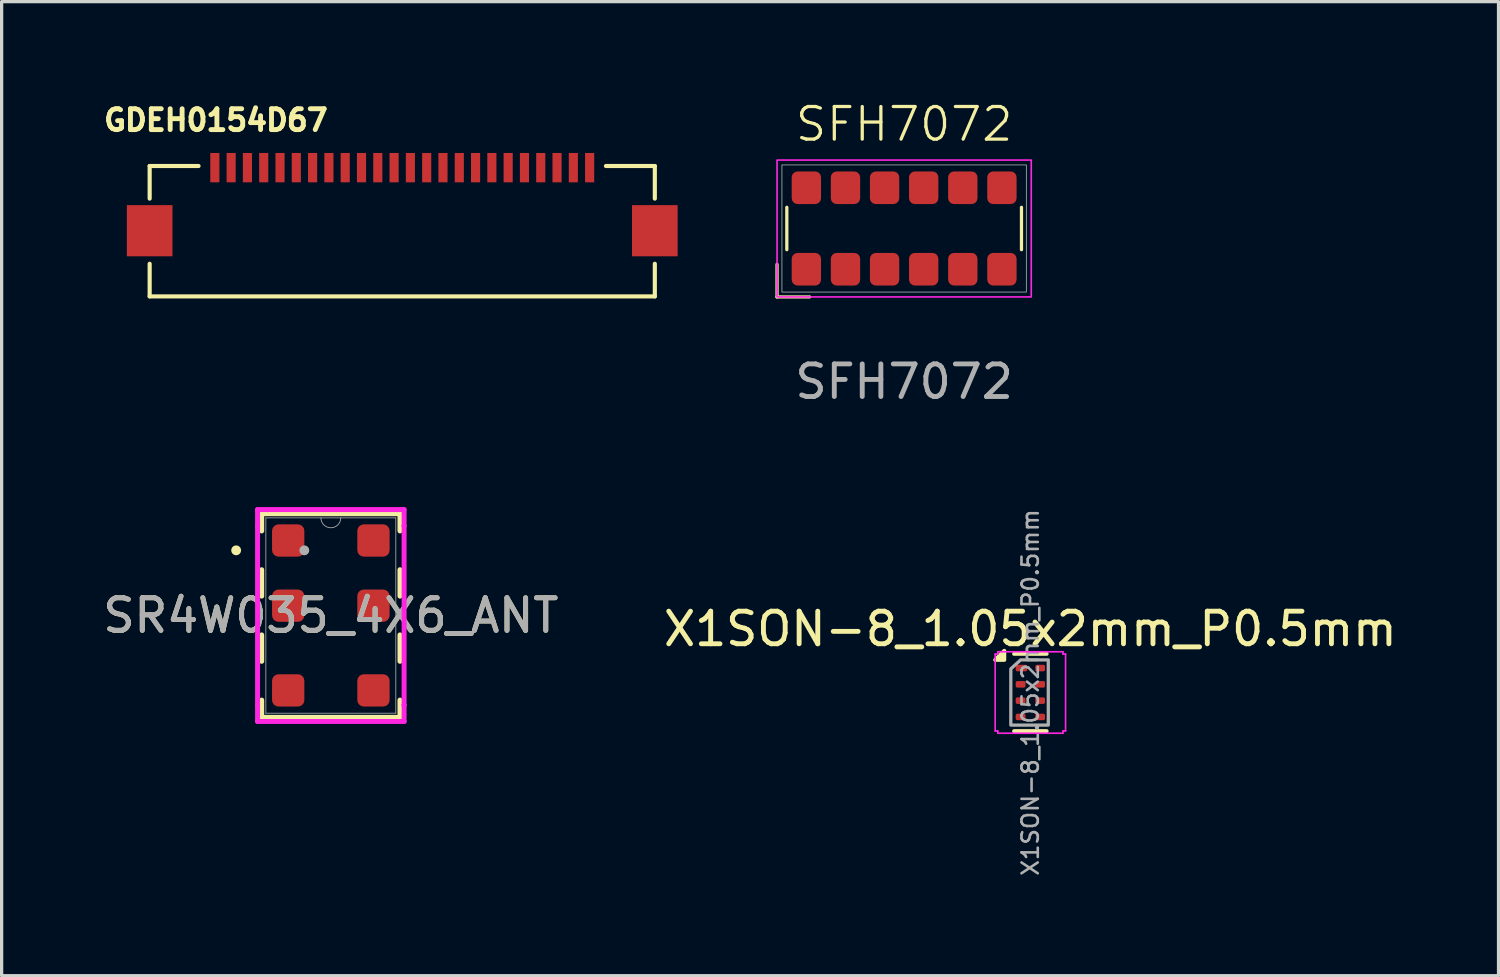
<source format=kicad_pcb>
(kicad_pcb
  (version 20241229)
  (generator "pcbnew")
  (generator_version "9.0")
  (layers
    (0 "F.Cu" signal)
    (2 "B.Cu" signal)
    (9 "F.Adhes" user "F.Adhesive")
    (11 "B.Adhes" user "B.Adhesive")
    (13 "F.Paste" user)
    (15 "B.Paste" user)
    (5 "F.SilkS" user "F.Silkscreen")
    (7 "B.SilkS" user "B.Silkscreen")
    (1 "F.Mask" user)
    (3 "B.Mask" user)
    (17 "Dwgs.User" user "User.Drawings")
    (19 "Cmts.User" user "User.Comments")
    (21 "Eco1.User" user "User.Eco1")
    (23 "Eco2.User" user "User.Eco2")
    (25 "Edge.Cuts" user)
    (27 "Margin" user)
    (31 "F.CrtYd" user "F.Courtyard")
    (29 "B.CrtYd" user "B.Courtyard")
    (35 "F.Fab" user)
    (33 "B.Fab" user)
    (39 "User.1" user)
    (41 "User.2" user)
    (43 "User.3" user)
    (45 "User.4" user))
  (footprint "SR4W035_4X6_ANT"
    (layer "F.Cu")
    (at 7.101 15.836)
    (property "Reference" "SR4W035_4X6_ANT" (at 0 0 0) (unlocked yes) (layer "F.SilkS") (effects (font (size 1 1) (thickness 0.15))))
    (attr smd)
    (fp_line (start -2.121 -3.124) (end -2.121 -2.595) (stroke (width 0.152) (type solid)) (layer "F.SilkS"))
    (fp_line (start -2.121 -1.405) (end -2.121 -0.595) (stroke (width 0.152) (type solid)) (layer "F.SilkS"))
    (fp_line (start -2.121 0.595) (end -2.121 1.405) (stroke (width 0.152) (type solid)) (layer "F.SilkS"))
    (fp_line (start -2.121 2.595) (end -2.121 3.124) (stroke (width 0.152) (type solid)) (layer "F.SilkS"))
    (fp_line (start -2.121 3.124) (end 2.121 3.124) (stroke (width 0.152) (type solid)) (layer "F.SilkS"))
    (fp_line (start 2.121 -3.124) (end -2.121 -3.124) (stroke (width 0.152) (type solid)) (layer "F.SilkS"))
    (fp_line (start 2.121 -2.595) (end 2.121 -3.124) (stroke (width 0.152) (type solid)) (layer "F.SilkS"))
    (fp_line (start 2.121 -0.595) (end 2.121 -1.405) (stroke (width 0.152) (type solid)) (layer "F.SilkS"))
    (fp_line (start 2.121 1.405) (end 2.121 0.595) (stroke (width 0.152) (type solid)) (layer "F.SilkS"))
    (fp_line (start 2.121 3.124) (end 2.121 2.595) (stroke (width 0.152) (type solid)) (layer "F.SilkS"))
    (fp_circle (center -2.905 -2) (end -2.829 -2) (stroke (width 0.152) (type solid)) (fill no) (layer "F.SilkS"))
    (fp_line (start -2.248 -3.251) (end 2.248 -3.251) (stroke (width 0.152) (type solid)) (layer "F.CrtYd"))
    (fp_line (start -2.248 -2.749) (end -2.248 -3.251) (stroke (width 0.152) (type solid)) (layer "F.CrtYd"))
    (fp_line (start -2.248 -2.749) (end -2.248 -2.749) (stroke (width 0.152) (type solid)) (layer "F.CrtYd"))
    (fp_line (start -2.248 2.749) (end -2.248 -2.749) (stroke (width 0.152) (type solid)) (layer "F.CrtYd"))
    (fp_line (start -2.248 2.749) (end -2.248 2.749) (stroke (width 0.152) (type solid)) (layer "F.CrtYd"))
    (fp_line (start -2.248 3.251) (end -2.248 2.749) (stroke (width 0.152) (type solid)) (layer "F.CrtYd"))
    (fp_line (start 2.248 -3.251) (end 2.248 -2.749) (stroke (width 0.152) (type solid)) (layer "F.CrtYd"))
    (fp_line (start 2.248 -2.749) (end 2.248 -2.749) (stroke (width 0.152) (type solid)) (layer "F.CrtYd"))
    (fp_line (start 2.248 -2.749) (end 2.248 2.749) (stroke (width 0.152) (type solid)) (layer "F.CrtYd"))
    (fp_line (start 2.248 2.749) (end 2.248 2.749) (stroke (width 0.152) (type solid)) (layer "F.CrtYd"))
    (fp_line (start 2.248 2.749) (end 2.248 3.251) (stroke (width 0.152) (type solid)) (layer "F.CrtYd"))
    (fp_line (start 2.248 3.251) (end -2.248 3.251) (stroke (width 0.152) (type solid)) (layer "F.CrtYd"))
    (fp_line (start -1.994 -2.997) (end -1.994 2.997) (stroke (width 0.025) (type solid)) (layer "F.Fab"))
    (fp_line (start -1.994 2.997) (end 1.994 2.997) (stroke (width 0.025) (type solid)) (layer "F.Fab"))
    (fp_line (start 1.994 -2.997) (end -1.994 -2.997) (stroke (width 0.025) (type solid)) (layer "F.Fab"))
    (fp_line (start 1.994 2.997) (end 1.994 -2.997) (stroke (width 0.025) (type solid)) (layer "F.Fab"))
    (fp_arc (start 0.3048 -2.9972) (mid 0 -2.6924) (end -0.3048 -2.9972) (stroke (width 0.0254) (type solid)) (layer "F.Fab"))
    (fp_circle (center -0.813 -2) (end -0.813 -2) (stroke (width 0.152) (type solid)) (fill no) (layer "F.Fab"))
    (fp_text user "${REFERENCE}" (at 0 0 0) (unlocked yes) (layer "F.Fab") (effects (font (size 1 1) (thickness 0.15))))
    (pad "1" smd roundrect (at -1.308 -2.302) (size 0.991 0.991) (layers "F.Cu" "F.Mask" "F.Paste") (roundrect_rratio 0.2))
    (pad "2" smd roundrect (at -1.308 -0.302) (size 0.991 0.991) (layers "F.Cu" "F.Mask" "F.Paste") (roundrect_rratio 0.2))
    (pad "3" smd roundrect (at -1.308 2.298) (size 0.991 0.991) (layers "F.Cu" "F.Mask" "F.Paste") (roundrect_rratio 0.2))
    (pad "4" smd roundrect (at 1.308 2.298) (size 0.991 0.991) (layers "F.Cu" "F.Mask" "F.Paste") (roundrect_rratio 0.2))
    (pad "5" smd roundrect (at 1.308 -0.302) (size 0.991 0.991) (layers "F.Cu" "F.Mask" "F.Paste") (roundrect_rratio 0.2))
    (pad "6" smd roundrect (at 1.308 -2.302) (size 0.991 0.991) (layers "F.Cu" "F.Mask" "F.Paste") (roundrect_rratio 0.2)))
  (footprint "GDEH0154D67"
    (layer "F.Cu")
    (at 1.542 6.044)
    (property "Reference" "GDEH0154D67" (at 2.032 -5.406 0) (layer "F.SilkS") (effects (font (size 0.64 0.64) (thickness 0.15))))
    (attr smd)
    (fp_line (start 0 -4) (end 1.5 -4) (stroke (width 0.127) (type solid)) (layer "F.SilkS"))
    (fp_line (start 0 -3) (end 0 -4) (stroke (width 0.127) (type solid)) (layer "F.SilkS"))
    (fp_line (start 0 0) (end 0 -1) (stroke (width 0.127) (type solid)) (layer "F.SilkS"))
    (fp_line (start 15.5 -4) (end 14 -4) (stroke (width 0.127) (type solid)) (layer "F.SilkS"))
    (fp_line (start 15.5 -4) (end 15.5 -3) (stroke (width 0.127) (type solid)) (layer "F.SilkS"))
    (fp_line (start 15.5 0) (end 0 0) (stroke (width 0.127) (type solid)) (layer "F.SilkS"))
    (fp_line (start 15.5 0) (end 15.5 -1) (stroke (width 0.127) (type solid)) (layer "F.SilkS"))
    (pad "BS1" smd rect (at 10 -3.95 270) (size 0.9 0.28) (layers "F.Cu" "F.Mask" "F.Paste"))
    (pad "BUSY" smd rect (at 9.5 -3.95 270) (size 0.9 0.28) (layers "F.Cu" "F.Mask" "F.Paste"))
    (pad "CS" smd rect (at 8 -3.95 270) (size 0.9 0.28) (layers "F.Cu" "F.Mask" "F.Paste"))
    (pad "D/C" smd rect (at 8.5 -3.95 270) (size 0.9 0.28) (layers "F.Cu" "F.Mask" "F.Paste"))
    (pad "GDR" smd rect (at 13 -3.95 270) (size 0.9 0.28) (layers "F.Cu" "F.Mask" "F.Paste"))
    (pad "GND1" smd rect (at 0 -2.015 270) (size 1.57 1.4) (layers "F.Cu" "F.Mask" "F.Paste"))
    (pad "GND2" smd rect (at 15.5 -2.015 270) (size 1.57 1.4) (layers "F.Cu" "F.Mask" "F.Paste"))
    (pad "NC1" smd rect (at 13.5 -3.95 270) (size 0.9 0.28) (layers "F.Cu" "F.Mask" "F.Paste"))
    (pad "NC2" smd rect (at 12 -3.95 270) (size 0.9 0.28) (layers "F.Cu" "F.Mask" "F.Paste"))
    (pad "RES" smd rect (at 9 -3.95 270) (size 0.9 0.28) (layers "F.Cu" "F.Mask" "F.Paste"))
    (pad "RESE" smd rect (at 12.5 -3.95 270) (size 0.9 0.28) (layers "F.Cu" "F.Mask" "F.Paste"))
    (pad "SCL" smd rect (at 7.5 -3.95 270) (size 0.9 0.28) (layers "F.Cu" "F.Mask" "F.Paste"))
    (pad "SDA" smd rect (at 7 -3.95 270) (size 0.9 0.28) (layers "F.Cu" "F.Mask" "F.Paste"))
    (pad "TSCL" smd rect (at 11 -3.95 270) (size 0.9 0.28) (layers "F.Cu" "F.Mask" "F.Paste"))
    (pad "TSDA" smd rect (at 10.5 -3.95 270) (size 0.9 0.28) (layers "F.Cu" "F.Mask" "F.Paste"))
    (pad "VCI" smd rect (at 6 -3.95 270) (size 0.9 0.28) (layers "F.Cu" "F.Mask" "F.Paste"))
    (pad "VCOM" smd rect (at 2 -3.95 270) (size 0.9 0.28) (layers "F.Cu" "F.Mask" "F.Paste"))
    (pad "VDD" smd rect (at 5 -3.95 270) (size 0.9 0.28) (layers "F.Cu" "F.Mask" "F.Paste"))
    (pad "VDDIO" smd rect (at 6.5 -3.95 270) (size 0.9 0.28) (layers "F.Cu" "F.Mask" "F.Paste"))
    (pad "VGH" smd rect (at 3.5 -3.95 270) (size 0.9 0.28) (layers "F.Cu" "F.Mask" "F.Paste"))
    (pad "VGL" smd rect (at 2.5 -3.95 270) (size 0.9 0.28) (layers "F.Cu" "F.Mask" "F.Paste"))
    (pad "VPP" smd rect (at 4.5 -3.95 270) (size 0.9 0.28) (layers "F.Cu" "F.Mask" "F.Paste"))
    (pad "VSH1" smd rect (at 4 -3.95 270) (size 0.9 0.28) (layers "F.Cu" "F.Mask" "F.Paste"))
    (pad "VSH2" smd rect (at 11.5 -3.95 270) (size 0.9 0.28) (layers "F.Cu" "F.Mask" "F.Paste"))
    (pad "VSL" smd rect (at 3 -3.95 270) (size 0.9 0.28) (layers "F.Cu" "F.Mask" "F.Paste"))
    (pad "VSS" smd rect (at 5.5 -3.95 270) (size 0.9 0.28) (layers "F.Cu" "F.Mask" "F.Paste")))
  (footprint "SFH7072"
    (layer "F.Cu")
    (at 24.692 3.961)
    (property "Reference" "SFH7072" (at 0 -3.2 0) (unlocked yes) (layer "F.SilkS") (effects (font (size 1 1) (thickness 0.1))))
    (attr smd)
    (fp_line (start -3.9 1.1) (end -3.9 2.1) (stroke (width 0.1) (type default)) (layer "F.SilkS"))
    (fp_line (start -3.9 2.1) (end -2.9 2.1) (stroke (width 0.1) (type default)) (layer "F.SilkS"))
    (fp_line (start -3.6 -0.65) (end -3.6 0.65) (stroke (width 0.1) (type default)) (layer "F.SilkS"))
    (fp_line (start 3.6 -0.65) (end 3.6 0.65) (stroke (width 0.1) (type default)) (layer "F.SilkS"))
    (fp_rect (start -3.9 -2.1) (end 3.9 2.1) (stroke (width 0.05) (type default)) (fill no) (layer "F.CrtYd"))
    (fp_rect (start -3.75 -1.95) (end 3.75 1.95) (stroke (width 0.025) (type default)) (fill no) (layer "F.Fab"))
    (fp_text user "${REFERENCE}" (at 0 4.7 0) (unlocked yes) (layer "F.Fab") (effects (font (size 1 1) (thickness 0.15))))
    (pad "1" smd roundrect (at -3 1.25) (size 0.9 1) (layers "F.Cu" "F.Mask" "F.Paste") (roundrect_rratio 0.2))
    (pad "2" smd roundrect (at -1.8 1.25) (size 0.9 1) (layers "F.Cu" "F.Mask" "F.Paste") (roundrect_rratio 0.2))
    (pad "3" smd roundrect (at -0.6 1.25) (size 0.9 1) (layers "F.Cu" "F.Mask" "F.Paste") (roundrect_rratio 0.2))
    (pad "4" smd roundrect (at 0.6 1.25) (size 0.9 1) (layers "F.Cu" "F.Mask" "F.Paste") (roundrect_rratio 0.2))
    (pad "5" smd roundrect (at 1.8 1.25) (size 0.9 1) (layers "F.Cu" "F.Mask" "F.Paste") (roundrect_rratio 0.2))
    (pad "6" smd roundrect (at 3 1.25) (size 0.9 1) (layers "F.Cu" "F.Mask" "F.Paste") (roundrect_rratio 0.2))
    (pad "7" smd roundrect (at 3 -1.25) (size 0.9 1) (layers "F.Cu" "F.Mask" "F.Paste") (roundrect_rratio 0.2))
    (pad "8" smd roundrect (at 1.8 -1.25) (size 0.9 1) (layers "F.Cu" "F.Mask" "F.Paste") (roundrect_rratio 0.2))
    (pad "9" smd roundrect (at 0.6 -1.25) (size 0.9 1) (layers "F.Cu" "F.Mask" "F.Paste") (roundrect_rratio 0.2))
    (pad "10" smd roundrect (at -0.6 -1.25) (size 0.9 1) (layers "F.Cu" "F.Mask" "F.Paste") (roundrect_rratio 0.2))
    (pad "11" smd roundrect (at -1.8 -1.25) (size 0.9 1) (layers "F.Cu" "F.Mask" "F.Paste") (roundrect_rratio 0.2))
    (pad "12" smd roundrect (at -3 -1.25) (size 0.9 1) (layers "F.Cu" "F.Mask" "F.Paste") (roundrect_rratio 0.2)))
  (footprint "X1SON-8_1.05x2mm_P0.5mm"
    (layer "F.Cu")
    (at 28.565 18.198)
    (property "Reference" "X1SON-8_1.05x2mm_P0.5mm" (at 0 -1.95 0) (layer "F.SilkS") (effects (font (size 1 1) (thickness 0.15))))
    (attr smd)
    (fp_line (start -0.5 -1.185) (end 0.5 -1.185) (stroke (width 0.12) (type solid)) (layer "F.SilkS"))
    (fp_line (start -0.5 1.185) (end 0.5 1.185) (stroke (width 0.12) (type solid)) (layer "F.SilkS"))
    (fp_poly (pts (xy -0.8 -1) (xy -1.08 -1) (xy -0.8 -1.28)) (stroke (width 0.12) (type solid)) (fill yes) (layer "F.SilkS"))
    (fp_line (start -1.08 -1.18) (end -1 -1.18) (stroke (width 0.05) (type solid)) (layer "F.CrtYd"))
    (fp_line (start -1.08 1.18) (end -1.08 -1.18) (stroke (width 0.05) (type solid)) (layer "F.CrtYd"))
    (fp_line (start -1 -1.25) (end 1 -1.25) (stroke (width 0.05) (type solid)) (layer "F.CrtYd"))
    (fp_line (start -1 -1.18) (end -1 -1.25) (stroke (width 0.05) (type solid)) (layer "F.CrtYd"))
    (fp_line (start -1 1.18) (end -1.08 1.18) (stroke (width 0.05) (type solid)) (layer "F.CrtYd"))
    (fp_line (start -1 1.25) (end -1 1.18) (stroke (width 0.05) (type solid)) (layer "F.CrtYd"))
    (fp_line (start 1 -1.25) (end 1 -1.18) (stroke (width 0.05) (type solid)) (layer "F.CrtYd"))
    (fp_line (start 1 -1.18) (end 1.08 -1.18) (stroke (width 0.05) (type solid)) (layer "F.CrtYd"))
    (fp_line (start 1 1.18) (end 1 1.25) (stroke (width 0.05) (type solid)) (layer "F.CrtYd"))
    (fp_line (start 1 1.25) (end -1 1.25) (stroke (width 0.05) (type solid)) (layer "F.CrtYd"))
    (fp_line (start 1.08 -1.18) (end 1.08 1.18) (stroke (width 0.05) (type solid)) (layer "F.CrtYd"))
    (fp_line (start 1.08 1.18) (end 1 1.18) (stroke (width 0.05) (type solid)) (layer "F.CrtYd"))
    (fp_poly (pts (xy -0.6 -0.725) (xy -0.6 1) (xy 0.55 1) (xy 0.55 -1) (xy -0.3 -1)) (stroke (width 0.1) (type solid)) (fill no) (layer "F.Fab"))
    (fp_text user "${REFERENCE}" (at 0 0 90) (layer "F.Fab") (effects (font (size 0.5 0.5) (thickness 0.08))))
    (pad "1" smd roundrect (at -0.275 -0.75) (size 0.35 0.2) (layers "F.Cu" "F.Mask" "F.Paste") (roundrect_rratio 0.25))
    (pad "2" smd roundrect (at -0.3 -0.25) (size 0.3 0.2) (layers "F.Cu" "F.Mask" "F.Paste") (roundrect_rratio 0.25))
    (pad "3" smd roundrect (at -0.3 0.25) (size 0.3 0.2) (layers "F.Cu" "F.Mask" "F.Paste") (roundrect_rratio 0.25))
    (pad "4" smd roundrect (at -0.3 0.75) (size 0.3 0.2) (layers "F.Cu" "F.Mask" "F.Paste") (roundrect_rratio 0.25))
    (pad "5" smd roundrect (at 0.3 0.75) (size 0.3 0.2) (layers "F.Cu" "F.Mask" "F.Paste") (roundrect_rratio 0.25))
    (pad "6" smd roundrect (at 0.3 0.25) (size 0.3 0.2) (layers "F.Cu" "F.Mask" "F.Paste") (roundrect_rratio 0.25))
    (pad "7" smd roundrect (at 0.3 -0.25) (size 0.3 0.2) (layers "F.Cu" "F.Mask" "F.Paste") (roundrect_rratio 0.25))
    (pad "8" smd roundrect (at 0.3 -0.75) (size 0.3 0.2) (layers "F.Cu" "F.Mask" "F.Paste") (roundrect_rratio 0.25)))
  (gr_rect
    (start -3 -3)
    (end 42.929 26.887)
    (stroke (width 0.1) (type default))
    (fill no)
    (layer "Edge.Cuts")))
</source>
